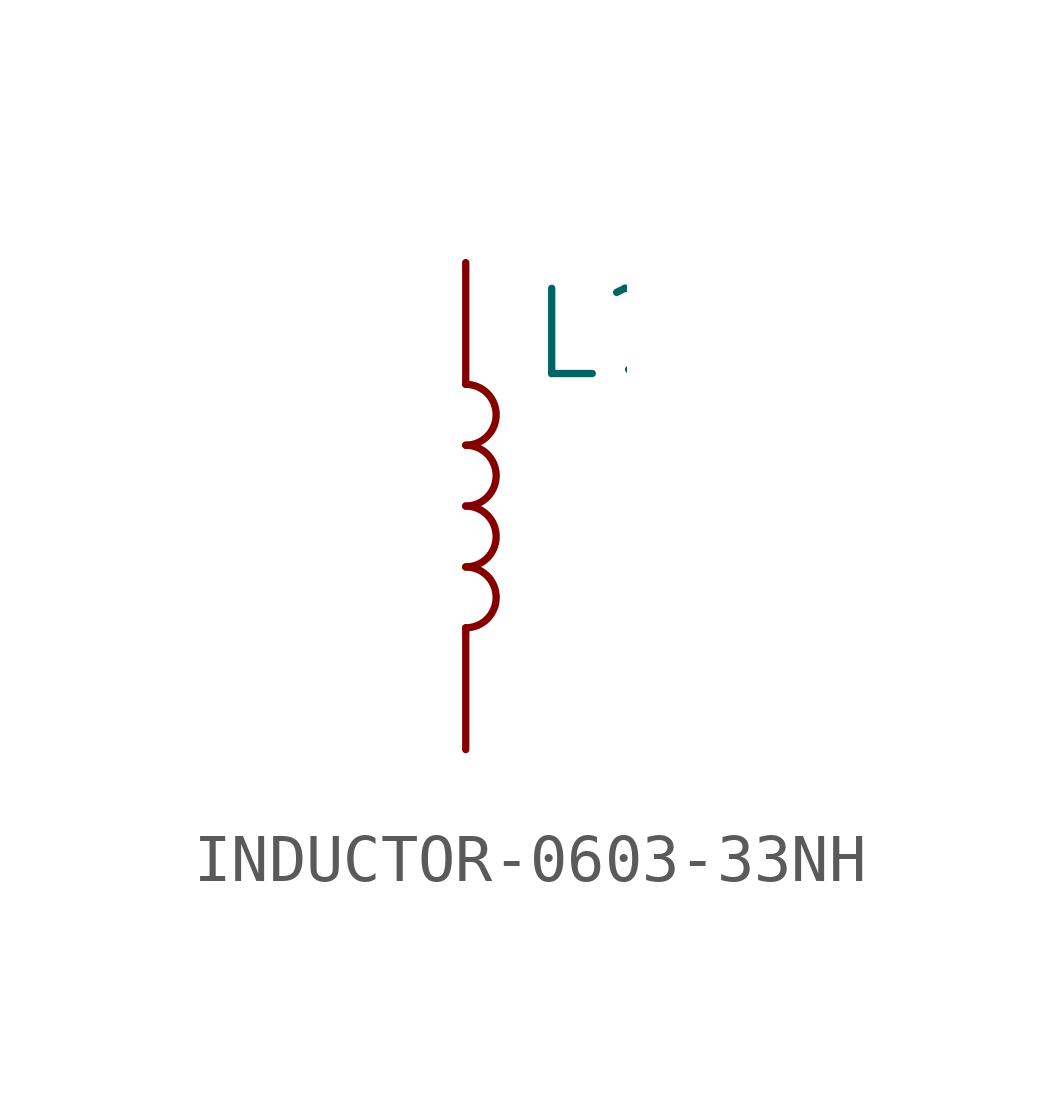
<source format=kicad_sym>
(kicad_symbol_lib
  (version 20220914)
  (generator kicad_symbol_editor)
  (symbol "INDUCTOR-0603-33NH"
    (property "Reference" "L"
      (at 1.27 2.54 0)
      (effects (font (size 1.778 1.778)) (justify left bottom)))
    (property "Value" ""
      (at 1.27 -2.54 0)
      (effects (font (size 1.778 1.778)) (justify left top)))
    (property "ki_locked" ""
      (at 0 0 0)
      (effects (font (size 1.27 1.27))))
    (symbol "INDUCTOR-0603-33NH_1_0"
      (arc (start 0 -2.54) (mid 0.6323 -1.905) (end 0 -1.27) (stroke (width 0.1524) (type solid)) (fill (type none)))
      (arc (start 0 -1.27) (mid 0.6323 -0.635) (end 0 0) (stroke (width 0.1524) (type solid)) (fill (type none)))
      (arc (start 0 0) (mid 0.6323 0.635) (end 0 1.27) (stroke (width 0.1524) (type solid)) (fill (type none)))
      (arc (start 0 1.27) (mid 0.6323 1.905) (end 0 2.54) (stroke (width 0.1524) (type solid)) (fill (type none)))
      (pin passive line (at 0 5.08 270) (length 2.54) (name "1" (effects (font (size 0 0)))) (number "1" (effects (font (size 0 0)))))
      (pin passive line (at 0 -5.08 90) (length 2.54) (name "2" (effects (font (size 0 0)))) (number "2" (effects (font (size 0 0))))))))
</source>
